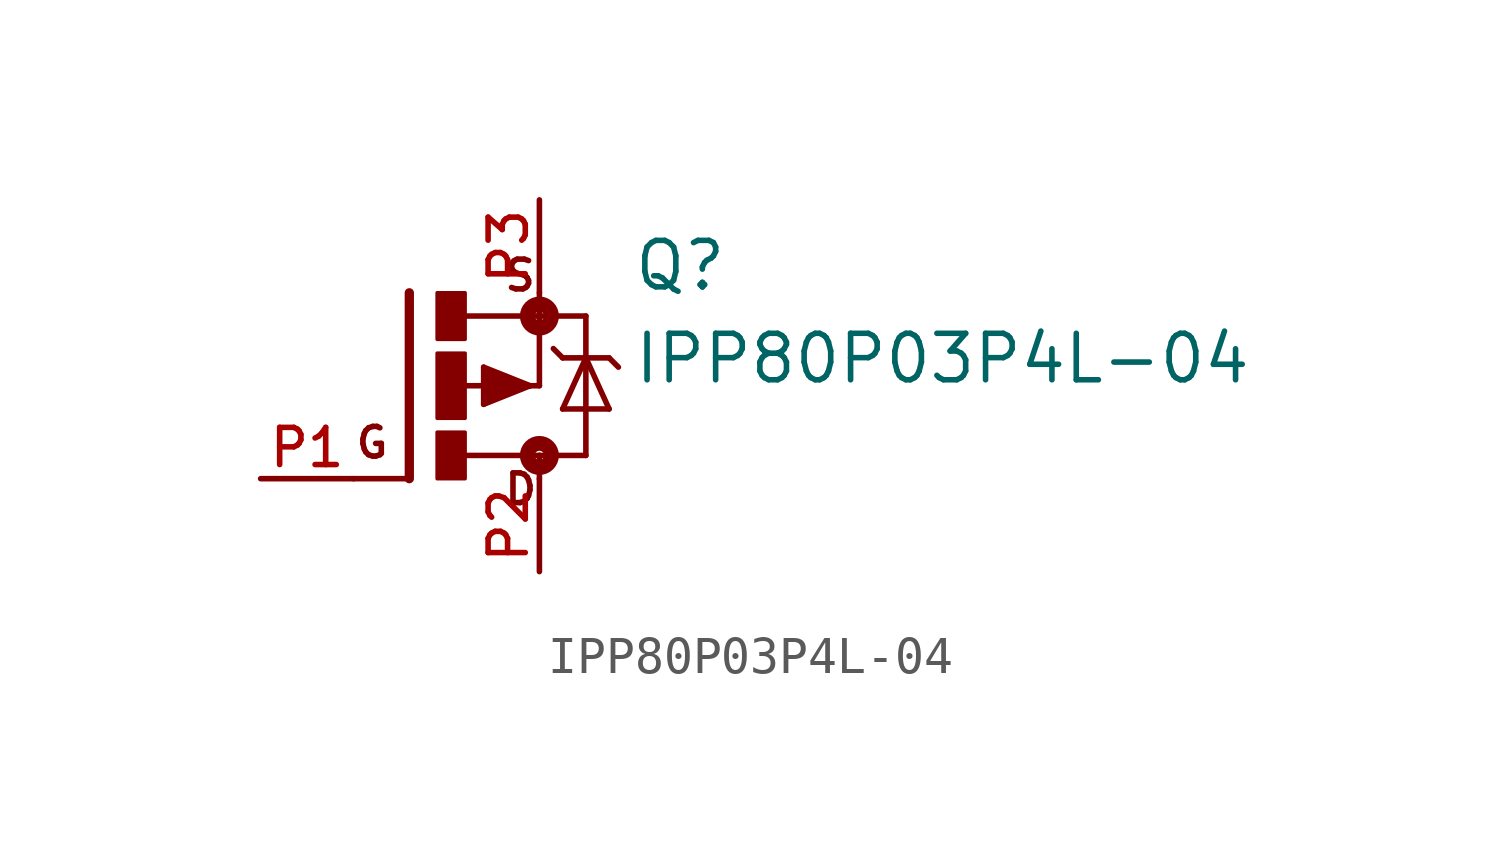
<source format=kicad_sym>
(kicad_symbol_lib
  (version 20211014)
  (generator kicad_symbol_editor)
  (symbol "IPP80P03P4L-04"
    (pin_names
      (offset 1.016))
    (property "Reference" "Q"
      (at 5.08 2.54 0)
      (effects (font (size 1.27 1.27)) (justify bottom left)))
    (property "Value" "IPP80P03P4L-04"
      (at 5.08 0.0 0)
      (effects (font (size 1.27 1.27)) (justify bottom left)))
    (symbol "IPP80P03P4L-04_0_0"
      (polyline (pts (xy 3.81 1.905) (xy 2.54 1.905)) (stroke (width 0.152)))
      (polyline (pts (xy 3.81 1.905) (xy 3.81 0.762)) (stroke (width 0.152)))
      (polyline (pts (xy 3.81 0.762) (xy 3.81 -1.905)) (stroke (width 0.152)))
      (polyline (pts (xy 3.81 0.762) (xy 4.445 -0.635)) (stroke (width 0.152)))
      (polyline (pts (xy 4.445 -0.635) (xy 3.175 -0.635)) (stroke (width 0.152)))
      (polyline (pts (xy 3.175 -0.635) (xy 3.81 0.762)) (stroke (width 0.152)))
      (polyline (pts (xy 4.445 0.762) (xy 3.81 0.762)) (stroke (width 0.152)))
      (polyline (pts (xy 3.81 0.762) (xy 3.175 0.762)) (stroke (width 0.152)))
      (polyline (pts (xy 3.175 0.762) (xy 2.921 1.016)) (stroke (width 0.152)))
      (polyline (pts (xy 4.445 0.762) (xy 4.699 0.508)) (stroke (width 0.152)))
      (polyline (pts (xy -1.016 -2.54) (xy -1.016 2.54)) (stroke (width 0.254)))
      (polyline (pts (xy 3.81 -1.905) (xy 2.54 -1.905)) (stroke (width 0.152)))
      (polyline (pts (xy 2.54 -1.905) (xy 0.533 -1.905)) (stroke (width 0.152)))
      (polyline (pts (xy 2.54 -2.54) (xy 2.54 -1.905)) (stroke (width 0.152)))
      (polyline (pts (xy 2.235 0.0) (xy 2.286 0.0)) (stroke (width 0.152)))
      (polyline (pts (xy 2.286 0.0) (xy 2.54 0.0)) (stroke (width 0.152)))
      (polyline (pts (xy 2.54 2.54) (xy 2.54 1.905)) (stroke (width 0.152)))
      (polyline (pts (xy 2.54 1.905) (xy 0.508 1.905)) (stroke (width 0.152)))
      (polyline (pts (xy -1.016 -2.54) (xy -2.54 -2.54)) (stroke (width 0.152)))
      (polyline (pts (xy 2.286 0.0) (xy 1.016 -0.508)) (stroke (width 0.152)))
      (polyline (pts (xy 1.016 -0.508) (xy 1.016 0.508)) (stroke (width 0.152)))
      (polyline (pts (xy 1.016 0.508) (xy 2.286 0.0)) (stroke (width 0.152)))
      (polyline (pts (xy 1.143 0.0) (xy 0.254 0.0)) (stroke (width 0.152)))
      (polyline (pts (xy 1.143 0.254) (xy 2.032 0.0)) (stroke (width 0.305)))
      (polyline (pts (xy 2.032 0.0) (xy 1.143 -0.254)) (stroke (width 0.305)))
      (polyline (pts (xy 1.143 -0.254) (xy 1.143 0.0)) (stroke (width 0.305)))
      (polyline (pts (xy 1.143 0.0) (xy 1.397 0.0)) (stroke (width 0.305)))
      (polyline (pts (xy 2.54 0.0) (xy 2.54 1.905)) (stroke (width 0.152)))
      (circle (center 2.54 -1.905) (radius 0.127) (stroke (width 0.406)) (fill (type none)))
      (circle (center 2.54 1.905) (radius 0.127) (stroke (width 0.406)) (fill (type none)))
      (text "D" (at 1.524 -3.302 0) (effects (font (size 0.813 0.813)) (justify bottom left)))
      (text "S" (at 1.524 2.54 0) (effects (font (size 0.813 0.813)) (justify bottom left)))
      (text "G" (at -2.54 -2.032 0) (effects (font (size 0.813 0.813)) (justify bottom left)))
      (rectangle (start -0.254 1.27) (end 0.508 2.54) (stroke (width 0.1)) (fill (type outline)))
      (rectangle (start -0.254 -2.54) (end 0.508 -1.27) (stroke (width 0.1)) (fill (type outline)))
      (rectangle (start -0.254 -0.889) (end 0.508 0.889) (stroke (width 0.1)) (fill (type outline)))
      (pin passive line (at -5.08 -2.54 0) (length 2.54) (name "~" (effects (font (size 1.016 1.016)))) (number "P1" (effects (font (size 1.016 1.016)))))
      (pin passive line (at 2.54 -5.08 90.0) (length 2.54) (name "~" (effects (font (size 1.016 1.016)))) (number "P2" (effects (font (size 1.016 1.016)))))
      (pin passive line (at 2.54 5.08 270.0) (length 2.54) (name "~" (effects (font (size 1.016 1.016)))) (number "P3" (effects (font (size 1.016 1.016))))))))
</source>
